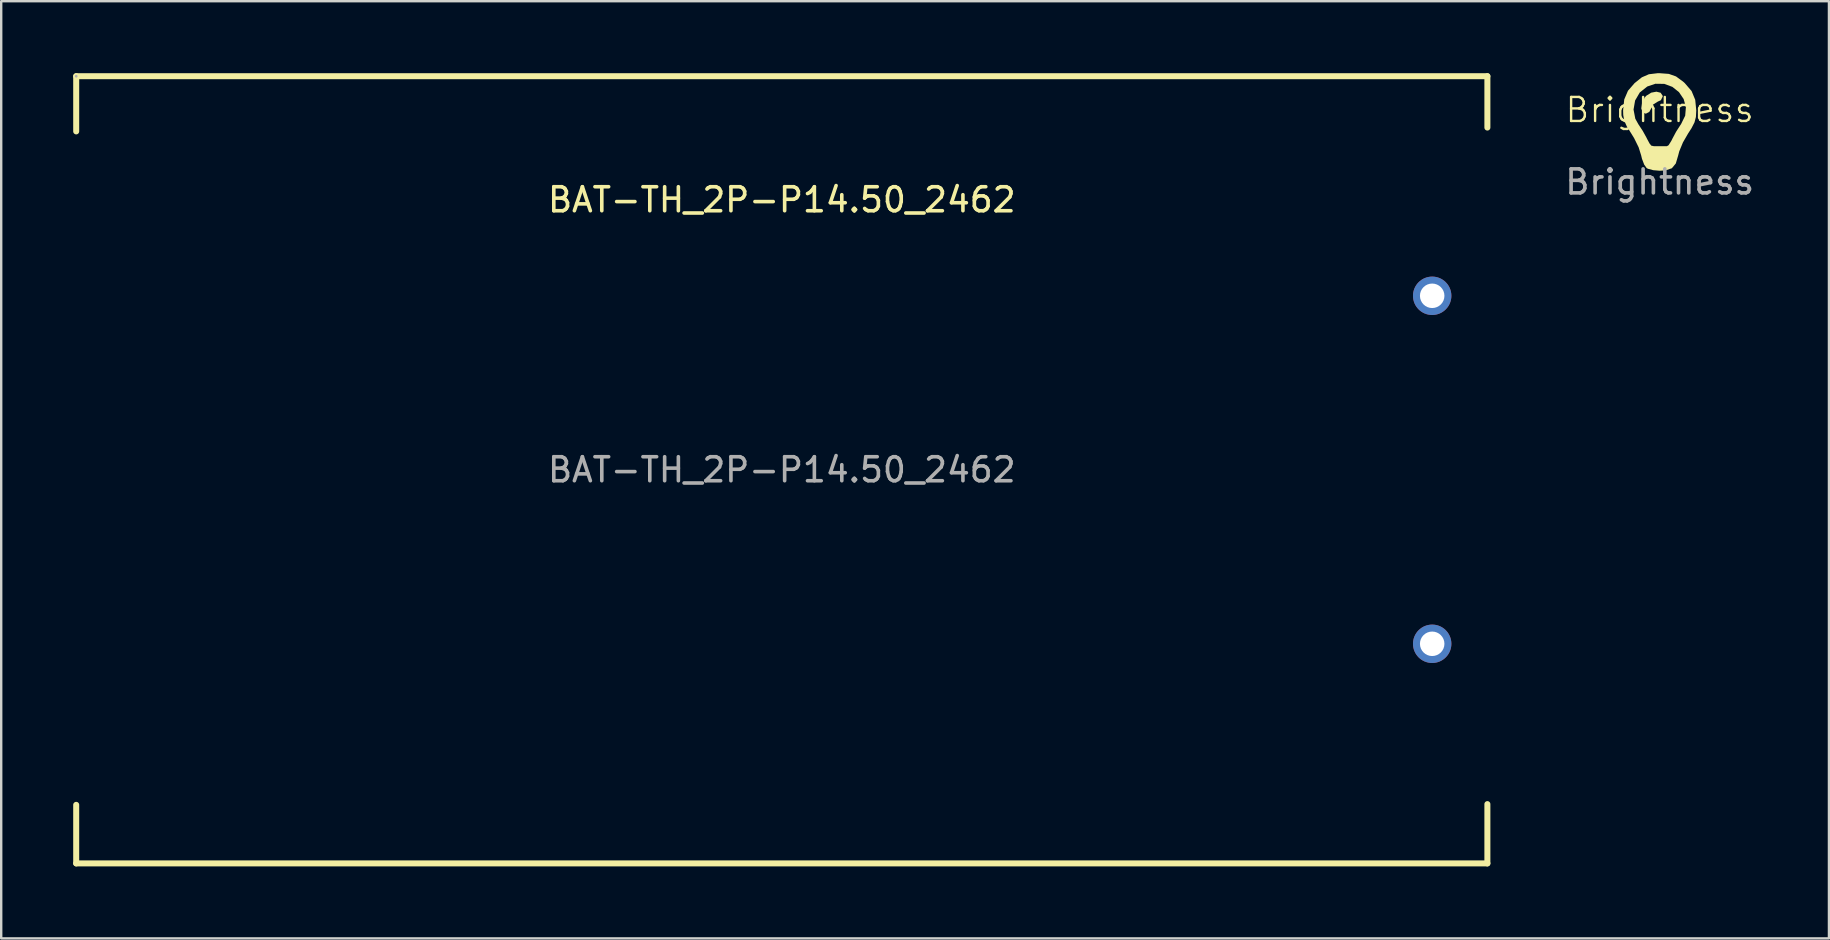
<source format=kicad_pcb>
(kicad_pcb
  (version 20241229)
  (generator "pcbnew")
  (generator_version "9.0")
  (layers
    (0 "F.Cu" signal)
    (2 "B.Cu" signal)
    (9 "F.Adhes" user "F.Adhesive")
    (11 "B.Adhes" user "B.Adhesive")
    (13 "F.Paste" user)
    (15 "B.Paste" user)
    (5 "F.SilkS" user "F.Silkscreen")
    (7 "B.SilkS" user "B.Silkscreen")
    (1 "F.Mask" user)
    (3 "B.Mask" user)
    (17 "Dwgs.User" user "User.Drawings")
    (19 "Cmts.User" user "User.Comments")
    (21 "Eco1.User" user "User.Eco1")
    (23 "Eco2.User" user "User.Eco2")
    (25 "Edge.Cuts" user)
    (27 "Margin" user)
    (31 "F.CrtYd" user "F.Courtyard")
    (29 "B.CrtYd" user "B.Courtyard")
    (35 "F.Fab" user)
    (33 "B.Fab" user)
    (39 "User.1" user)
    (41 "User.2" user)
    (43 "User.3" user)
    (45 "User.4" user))
  (footprint "Brightness"
    (layer "F.Cu")
    (at 66.104 2.032)
    (property "Reference" "Brightness" (at 0 -0.5 0) (unlocked yes) (layer "F.SilkS") (effects (font (size 1 1) (thickness 0.1))))
    (attr smd)
    (fp_poly (pts (xy 0.04 -1.218) (xy 0.125 -1.091) (xy 0.127 -1.062) (xy 0.051 -0.907) (xy -0.082 -0.847) (xy -0.277 -0.723) (xy -0.339 -0.59) (xy -0.433 -0.418) (xy -0.577 -0.345) (xy -0.703 -0.392) (xy -0.765 -0.56) (xy -0.735 -0.79) (xy -0.627 -1.014) (xy -0.559 -1.092) (xy -0.353 -1.221) (xy -0.136 -1.262)) (stroke (width 0) (type solid)) (fill yes) (layer "F.SilkS"))
    (fp_poly (pts (xy 0.382 -2.003) (xy 0.681 -1.897) (xy 0.975 -1.682) (xy 1.045 -1.619) (xy 1.329 -1.289) (xy 1.481 -0.923) (xy 1.524 -0.483) (xy 1.51 -0.209) (xy 1.451 0.017) (xy 1.324 0.264) (xy 1.186 0.477) (xy 0.969 0.853) (xy 0.815 1.226) (xy 0.771 1.395) (xy 0.672 1.73) (xy 0.508 1.928) (xy 0.243 2.018) (xy 0 2.032) (xy -0.271 2.009) (xy -0.489 1.95) (xy -0.542 1.922) (xy -0.646 1.776) (xy -0.738 1.533) (xy -0.771 1.395) (xy -0.877 1.056) (xy -1.066 0.672) (xy -1.186 0.477) (xy -1.373 0.179) (xy -1.476 -0.054) (xy -1.518 -0.288) (xy -1.524 -0.483) (xy -1.521 -0.517) (xy -1.089 -0.517) (xy -1.016 -0.136) (xy -0.889 0.093) (xy -0.706 0.371) (xy -0.543 0.667) (xy -0.529 0.698) (xy -0.423 0.895) (xy -0.35 0.986) (xy -0.24 1.01) (xy 0.01 1.01) (xy 0.3 1.01) (xy 0.37 0.97) (xy 0.484 0.79) (xy 0.529 0.698) (xy 0.684 0.408) (xy 0.868 0.121) (xy 0.889 0.093) (xy 1.063 -0.262) (xy 1.093 -0.619) (xy 0.999 -0.955) (xy 0.803 -1.244) (xy 0.527 -1.463) (xy 0.193 -1.587) (xy -0.177 -1.592) (xy -0.516 -1.478) (xy -0.829 -1.229) (xy -1.024 -0.895) (xy -1.089 -0.517) (xy -1.521 -0.517) (xy -1.477 -0.937) (xy -1.321 -1.301) (xy -1.045 -1.619) (xy -0.742 -1.861) (xy -0.45 -1.988) (xy -0.092 -2.031) (xy -0.000001 -2.032)) (stroke (width 0) (type solid)) (fill yes) (layer "F.SilkS"))
    (fp_text user "${REFERENCE}" (at 0 2.5 0) (unlocked yes) (layer "F.Fab") (effects (font (size 1 1) (thickness 0.15)))))
  (footprint "BAT-TH_2P-P14.50_2462"
    (layer "F.Cu")
    (at 29.525 16.525)
    (property "Reference" "BAT-TH_2P-P14.50_2462" (at 0 -11.25 0) (layer "F.SilkS") (effects (font (size 1 1) (thickness 0.15))))
    (attr through_hole exclude_from_pos_files exclude_from_bom dnp)
    (fp_line (start -29.4 -16.4) (end -29.4 -14.1) (stroke (width 0.25) (type solid)) (layer "F.SilkS"))
    (fp_line (start -29.4 13.96) (end -29.4 16.4) (stroke (width 0.25) (type solid)) (layer "F.SilkS"))
    (fp_line (start -29.4 16.4) (end 29.4 16.4) (stroke (width 0.25) (type solid)) (layer "F.SilkS"))
    (fp_line (start 29.4 -16.4) (end -29.4 -16.4) (stroke (width 0.25) (type solid)) (layer "F.SilkS"))
    (fp_line (start 29.4 -14.26) (end 29.4 -16.4) (stroke (width 0.25) (type solid)) (layer "F.SilkS"))
    (fp_line (start 29.4 16.4) (end 29.4 13.93) (stroke (width 0.25) (type solid)) (layer "F.SilkS"))
    (fp_circle (center -29.4 -16.4) (end -29.37 -16.4) (stroke (width 0.06) (type solid)) (fill no) (layer "F.Fab"))
    (fp_text user "${REFERENCE}" (at 0 0 0) (layer "F.Fab") (effects (font (size 1 1) (thickness 0.15))))
    (pad "1" thru_hole circle (at 27.1 -7.25) (size 1.6 1.6) (drill 1.02) (layers "*.Cu" "*.Mask"))
    (pad "2" thru_hole circle (at 27.1 7.25) (size 1.6 1.6) (drill 1.02) (layers "*.Cu" "*.Mask")))
  (gr_rect
    (start -3 -3)
    (end 73.157 36.05)
    (stroke (width 0.1) (type default))
    (fill no)
    (layer "Edge.Cuts")))
</source>
